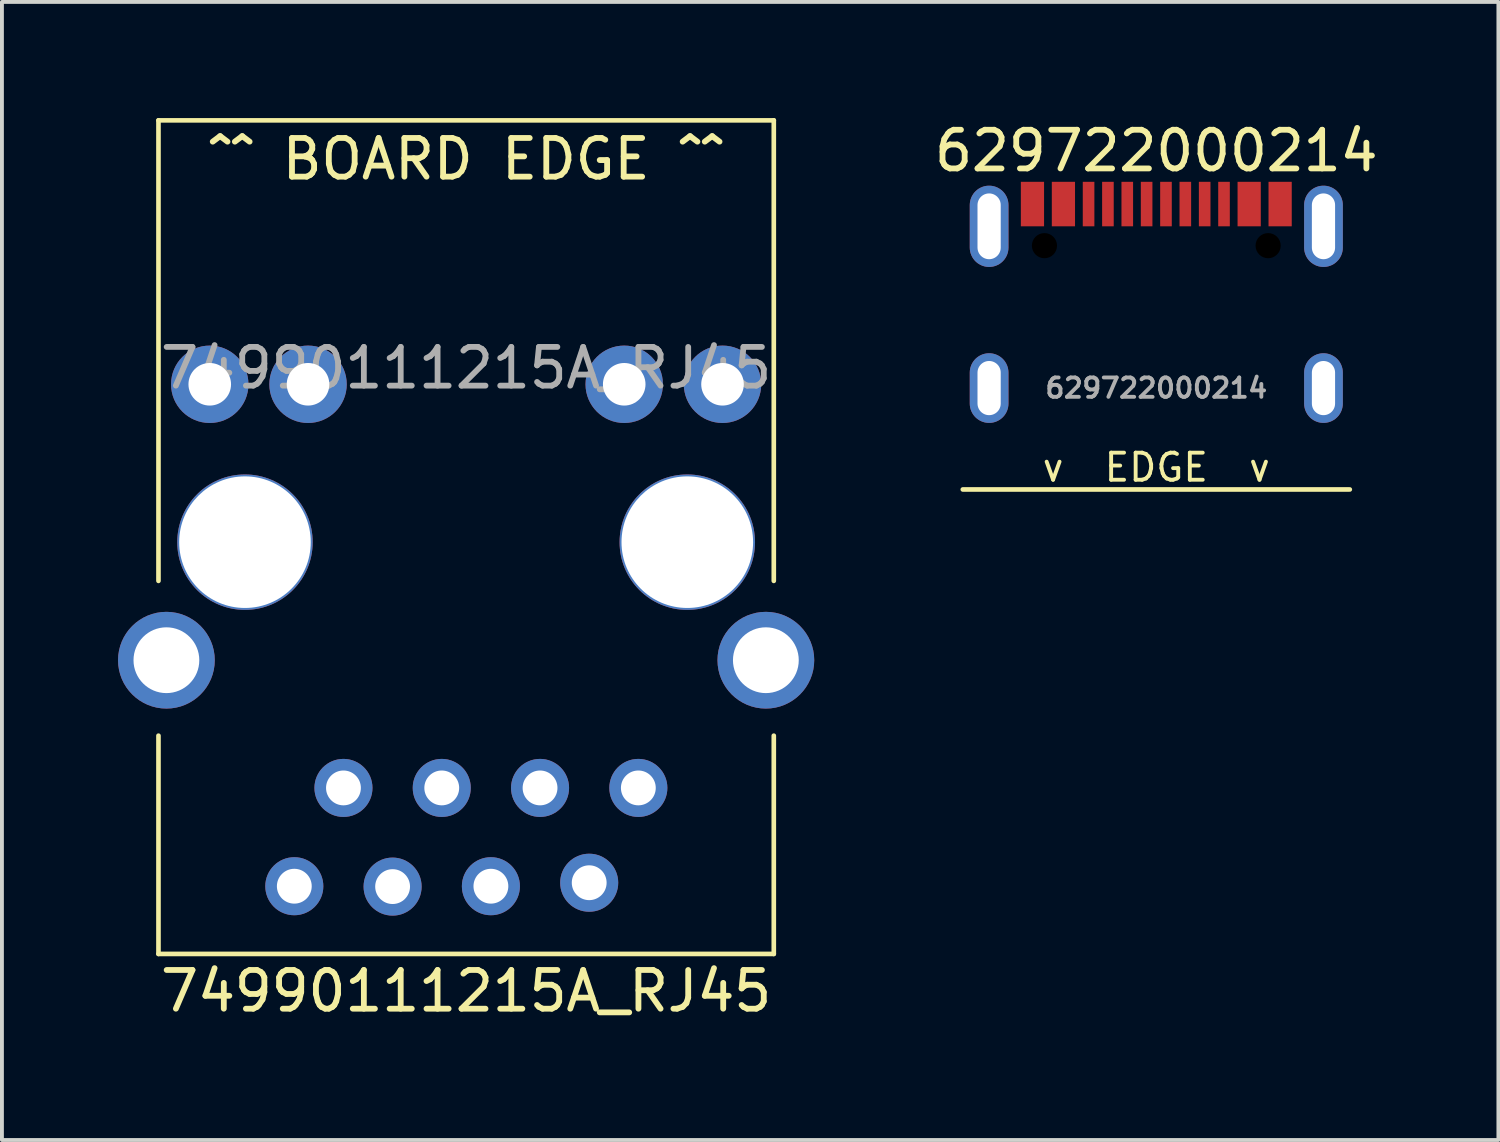
<source format=kicad_pcb>
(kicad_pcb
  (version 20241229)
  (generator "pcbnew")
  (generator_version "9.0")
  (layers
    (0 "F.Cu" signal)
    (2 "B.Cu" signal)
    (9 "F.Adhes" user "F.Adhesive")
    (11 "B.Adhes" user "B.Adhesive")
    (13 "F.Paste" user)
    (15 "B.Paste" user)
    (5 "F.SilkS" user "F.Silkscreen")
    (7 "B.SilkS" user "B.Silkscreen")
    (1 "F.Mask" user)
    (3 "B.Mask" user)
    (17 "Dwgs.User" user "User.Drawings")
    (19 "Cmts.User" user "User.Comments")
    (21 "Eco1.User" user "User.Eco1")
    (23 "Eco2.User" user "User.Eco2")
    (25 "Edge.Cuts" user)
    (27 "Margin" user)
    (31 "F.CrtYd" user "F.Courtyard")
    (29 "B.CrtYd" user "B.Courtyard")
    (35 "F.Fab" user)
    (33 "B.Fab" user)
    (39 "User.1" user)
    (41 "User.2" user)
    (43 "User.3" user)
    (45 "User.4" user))
  (footprint "629722000214"
    (layer "F.Cu")
    (at 26.829 6.978)
    (property "Reference" "629722000214" (at 0 -6.13 0) (unlocked yes) (layer "F.SilkS") (effects (font (size 1 1) (thickness 0.15))))
    (attr smd)
    (fp_line (start -5 2.62) (end 5 2.62) (stroke (width 0.12) (type solid)) (layer "F.SilkS"))
    (fp_text user "v  EDGE  v" (at 0 2.05 0) (unlocked yes) (layer "F.SilkS") (effects (font (size 0.7 0.7) (thickness 0.1))))
    (fp_text user "${REFERENCE}" (at 0 0 0) (unlocked yes) (layer "F.Fab") (effects (font (size 0.5 0.5) (thickness 0.1))))
    (pad "" np_thru_hole circle (at -2.89 -3.68) (size 0.65 0.65) (drill 0.65) (layers "*.Mask"))
    (pad "" np_thru_hole circle (at 2.89 -3.68) (size 0.65 0.65) (drill 0.65) (layers "*.Mask"))
    (pad "A1-B12" smd rect (at -3.2 -4.755) (size 0.6 1.15) (layers "F.Cu" "F.Mask" "F.Paste"))
    (pad "A4-B9" smd rect (at -2.4 -4.755) (size 0.6 1.15) (layers "F.Cu" "F.Mask" "F.Paste"))
    (pad "A5" smd rect (at -1.25 -4.755) (size 0.3 1.15) (layers "F.Cu" "F.Mask" "F.Paste"))
    (pad "A6" smd rect (at -0.25 -4.755) (size 0.3 1.15) (layers "F.Cu" "F.Mask" "F.Paste"))
    (pad "A7" smd rect (at 0.25 -4.755) (size 0.3 1.15) (layers "F.Cu" "F.Mask" "F.Paste"))
    (pad "A8" smd rect (at 1.25 -4.755) (size 0.3 1.15) (layers "F.Cu" "F.Mask" "F.Paste"))
    (pad "B1-A12" smd rect (at 3.2 -4.755) (size 0.6 1.15) (layers "F.Cu" "F.Mask" "F.Paste"))
    (pad "B4-A9" smd rect (at 2.4 -4.755) (size 0.6 1.15) (layers "F.Cu" "F.Mask" "F.Paste"))
    (pad "B5" smd rect (at 1.75 -4.755) (size 0.3 1.15) (layers "F.Cu" "F.Mask" "F.Paste"))
    (pad "B6" smd rect (at 0.75 -4.755) (size 0.3 1.15) (layers "F.Cu" "F.Mask" "F.Paste"))
    (pad "B7" smd rect (at -0.75 -4.755) (size 0.3 1.15) (layers "F.Cu" "F.Mask" "F.Paste"))
    (pad "B8" smd rect (at -1.75 -4.755) (size 0.3 1.15) (layers "F.Cu" "F.Mask" "F.Paste"))
    (pad "SHIELD" thru_hole oval (at -4.32 -4.18) (size 1 2.1) (drill oval 0.6 1.7) (layers "*.Cu" "*.Mask"))
    (pad "SHIELD" thru_hole oval (at -4.32 0) (size 1 1.8) (drill oval 0.6 1.4) (layers "*.Cu" "*.Mask"))
    (pad "SHIELD" thru_hole oval (at 4.32 -4.18) (size 1 2.1) (drill oval 0.6 1.7) (layers "*.Cu" "*.Mask"))
    (pad "SHIELD" thru_hole oval (at 4.32 0) (size 1 1.8) (drill oval 0.6 1.4) (layers "*.Cu" "*.Mask")))
  (footprint "74990111215A_RJ45"
    (layer "F.Cu")
    (at 8.995 10.96)
    (property "Reference" "74990111215A_RJ45" (at 0 11.6 0) (unlocked yes) (layer "F.SilkS") (effects (font (size 1 1) (thickness 0.15))))
    (attr through_hole)
    (fp_line (start -7.95 -10.9) (end -7.95 1) (stroke (width 0.12) (type solid)) (layer "F.SilkS"))
    (fp_line (start -7.95 -10.9) (end 7.95 -10.9) (stroke (width 0.12) (type solid)) (layer "F.SilkS"))
    (fp_line (start -7.95 10.64) (end -7.95 5) (stroke (width 0.12) (type solid)) (layer "F.SilkS"))
    (fp_line (start -7.95 10.64) (end 7.95 10.64) (stroke (width 0.12) (type solid)) (layer "F.SilkS"))
    (fp_line (start 7.95 -10.9) (end 7.95 1) (stroke (width 0.12) (type solid)) (layer "F.SilkS"))
    (fp_line (start 7.95 10.64) (end 7.95 5) (stroke (width 0.12) (type solid)) (layer "F.SilkS"))
    (fp_text user "^^ BOARD EDGE ^^" (at 0 -9.9 0) (unlocked yes) (layer "F.SilkS") (effects (font (size 1 1) (thickness 0.15))))
    (fp_text user "${REFERENCE}" (at 0 -4.5 0) (unlocked yes) (layer "F.Fab") (effects (font (size 1 1) (thickness 0.15))))
    (pad "" np_thru_hole circle (at -5.715 0) (size 3.5 3.5) (drill 3.4) (layers "*.Cu" "*.Mask"))
    (pad "" np_thru_hole circle (at 5.715 0) (size 3.5 3.5) (drill 3.4) (layers "*.Cu" "*.Mask"))
    (pad "1" thru_hole circle (at 4.45 6.35) (size 1.5 1.5) (drill 0.9) (layers "*.Cu" "*.Mask"))
    (pad "2" thru_hole circle (at 3.18 8.8) (size 1.5 1.5) (drill 0.9) (layers "*.Cu" "*.Mask"))
    (pad "3" thru_hole circle (at 1.91 6.35) (size 1.5 1.5) (drill 0.9) (layers "*.Cu" "*.Mask"))
    (pad "4" thru_hole circle (at 0.64 8.89) (size 1.5 1.5) (drill 0.9) (layers "*.Cu" "*.Mask"))
    (pad "5" thru_hole circle (at -0.63 6.35) (size 1.5 1.5) (drill 0.9) (layers "*.Cu" "*.Mask"))
    (pad "6" thru_hole circle (at -1.9 8.9) (size 1.5 1.5) (drill 0.9) (layers "*.Cu" "*.Mask"))
    (pad "7" thru_hole circle (at -3.17 6.35) (size 1.5 1.5) (drill 0.9) (layers "*.Cu" "*.Mask"))
    (pad "8" thru_hole circle (at -4.44 8.89) (size 1.5 1.5) (drill 0.9) (layers "*.Cu" "*.Mask"))
    (pad "9" thru_hole circle (at 6.625 -4.08) (size 2 2) (drill 1.1) (layers "*.Cu" "*.Mask"))
    (pad "10" thru_hole circle (at 4.085 -4.08) (size 2 2) (drill 1.1) (layers "*.Cu" "*.Mask"))
    (pad "11" thru_hole circle (at -4.085 -4.08) (size 2 2) (drill 1.1) (layers "*.Cu" "*.Mask"))
    (pad "12" thru_hole circle (at -6.625 -4.08) (size 2 2) (drill 1.1) (layers "*.Cu" "*.Mask"))
    (pad "13" thru_hole circle (at -7.745 3.05) (size 2.5 2.5) (drill 1.7) (layers "*.Cu" "*.Mask"))
    (pad "13" thru_hole circle (at 7.745 3.05) (size 2.5 2.5) (drill 1.7) (layers "*.Cu" "*.Mask")))
  (gr_rect
    (start -3 -3)
    (end 35.669 26.408)
    (stroke (width 0.1) (type default))
    (fill no)
    (layer "Edge.Cuts")))
</source>
